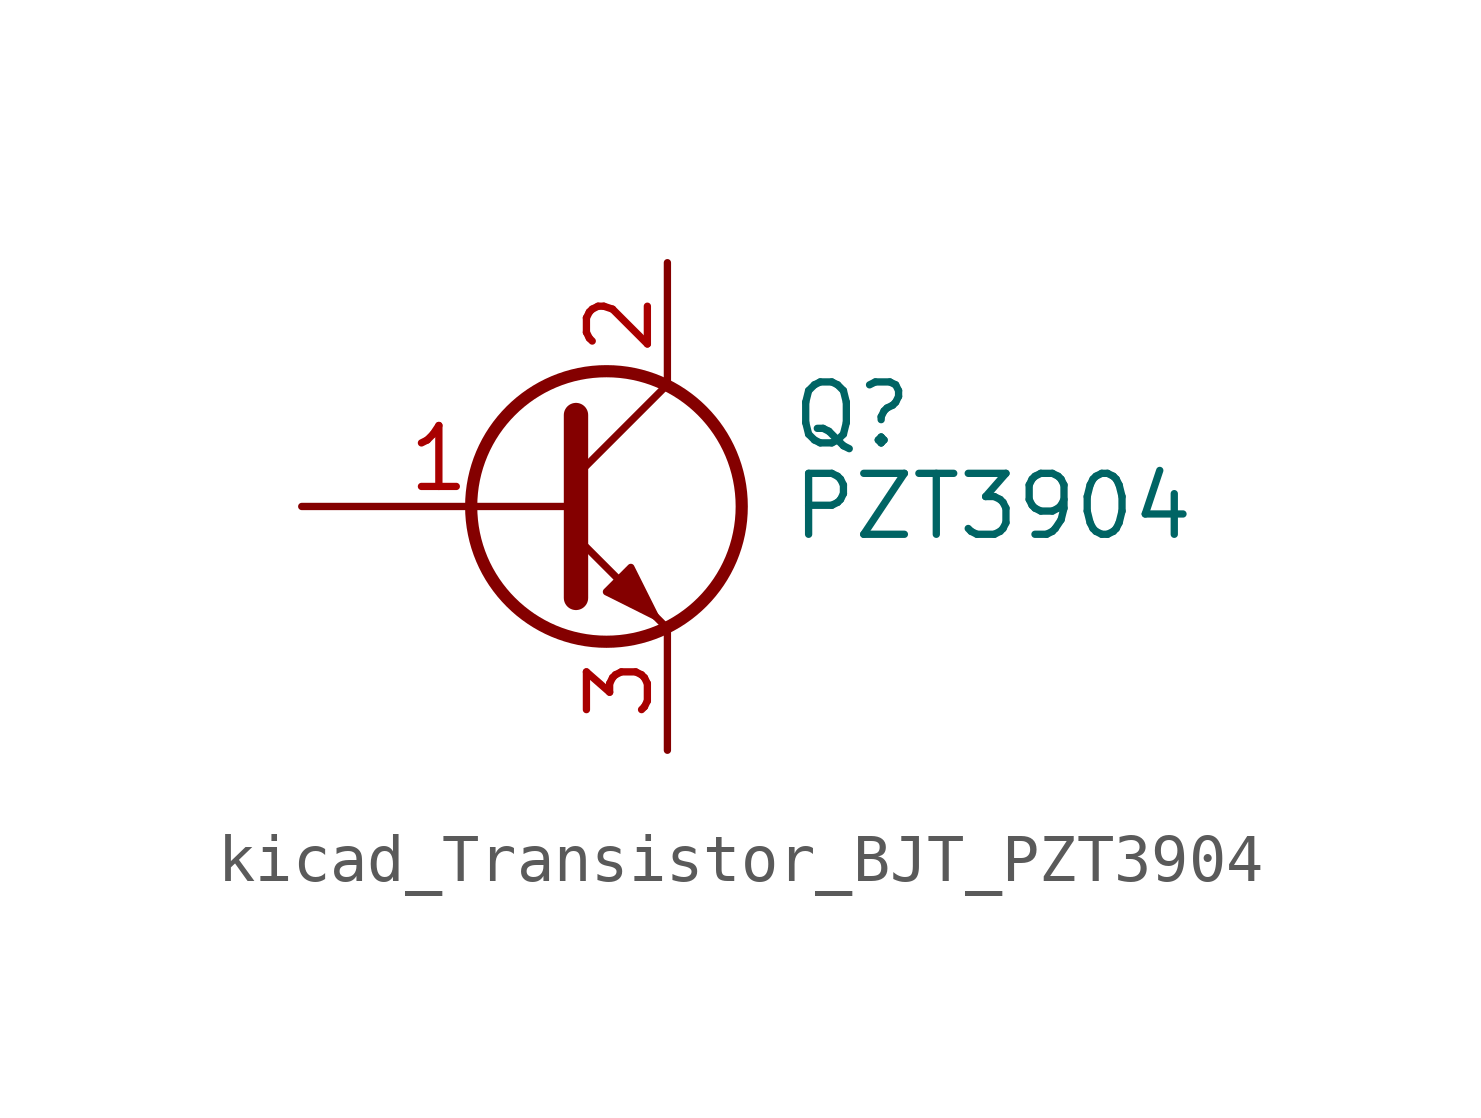
<source format=kicad_sym>
(kicad_symbol_lib
  (version 20220914)
  (generator kicad_symbol_editor)
  (symbol "kicad_Transistor_BJT_PZT3904"
    (pin_names
      (offset 0) hide)
    (property "Reference" "Q"
      (at 5.08 1.905 0)
      (effects (font (size 1.27 1.27)) (justify left)))
    (property "Value" "PZT3904"
      (at 5.08 0 0)
      (effects (font (size 1.27 1.27)) (justify left)))
    (symbol "kicad_Transistor_BJT_PZT3904_0_1"
      (polyline (pts (xy 0.635 0.635) (xy 2.54 2.54)) (stroke (width 0) (type default)) (fill (type none)))
      (polyline (pts (xy 0.635 -0.635) (xy 2.54 -2.54) (xy 2.54 -2.54)) (stroke (width 0) (type default)) (fill (type none)))
      (polyline (pts (xy 0.635 1.905) (xy 0.635 -1.905) (xy 0.635 -1.905)) (stroke (width 0.508) (type default)) (fill (type none)))
      (polyline (pts (xy 1.27 -1.778) (xy 1.778 -1.27) (xy 2.286 -2.286) (xy 1.27 -1.778) (xy 1.27 -1.778)) (stroke (width 0) (type default)) (fill (type outline)))
      (circle (center 1.27 0) (radius 2.819) (stroke (width 0.254) (type default)) (fill (type none))))
    (symbol "kicad_Transistor_BJT_PZT3904_1_1"
      (pin input line (at -5.08 0 0) (length 5.715) (name "B" (effects (font (size 1.27 1.27)))) (number "1" (effects (font (size 1.27 1.27)))))
      (pin passive line (at 2.54 5.08 270) (length 2.54) (name "C" (effects (font (size 1.27 1.27)))) (number "2" (effects (font (size 1.27 1.27)))))
      (pin passive line (at 2.54 -5.08 90) (length 2.54) (name "E" (effects (font (size 1.27 1.27)))) (number "3" (effects (font (size 1.27 1.27)))))
      (pin passive line (at 2.54 5.08 270) (length 2.54) hide (name "C" (effects (font (size 1.27 1.27)))) (number "4" (effects (font (size 1.27 1.27))))))))
</source>
